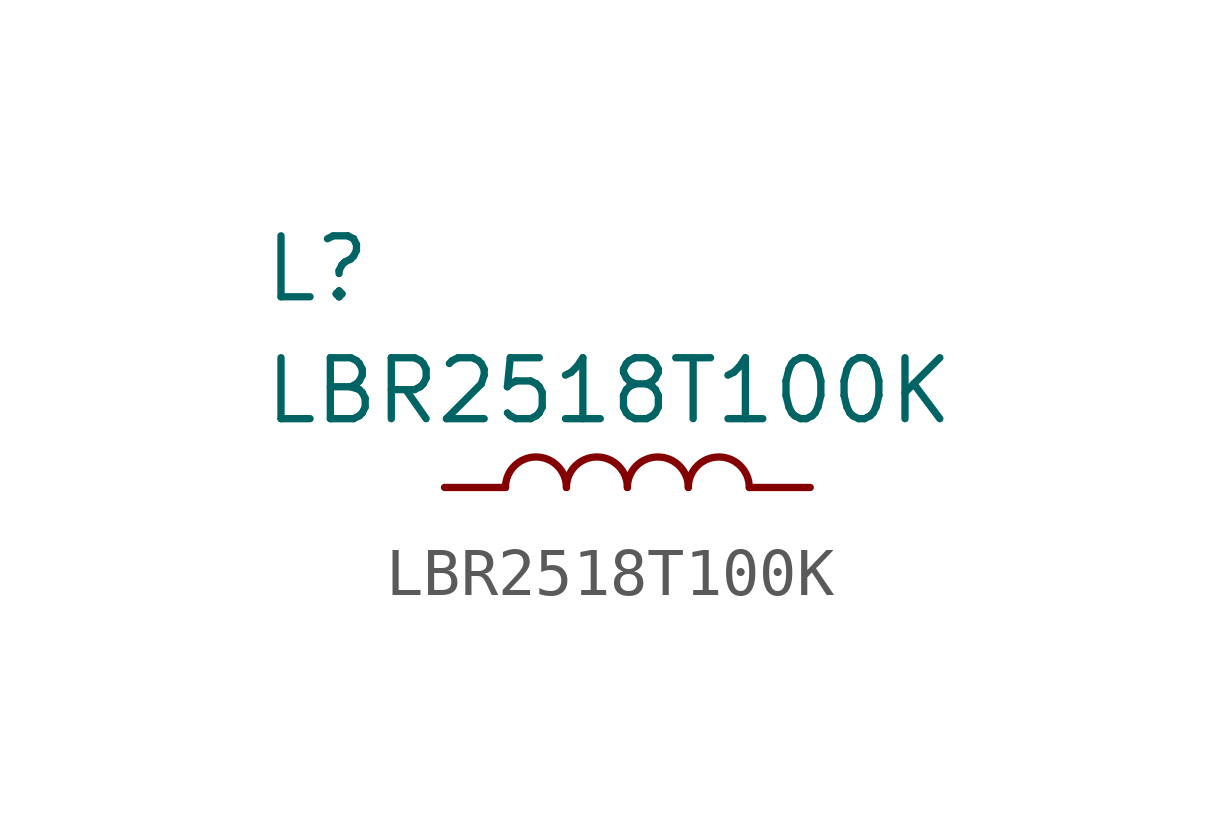
<source format=kicad_sym>
(kicad_symbol_lib
  (version 20211014)
  (generator kicad_symbol_editor)
  (symbol "LBR2518T100K"
    (pin_numbers hide)
    (pin_names
      (offset 1.016) hide)
    (property "Reference" "L"
      (at -7.62 5.08 0)
      (effects (font (size 1.27 1.27)) (justify left bottom)))
    (property "Value" "LBR2518T100K"
      (at -7.62 2.54 0)
      (effects (font (size 1.27 1.27)) (justify left bottom)))
    (symbol "LBR2518T100K_0_1"
      (arc (start -1.27 1.27) (mid -1.905 1.905) (end -2.54 1.27) (stroke (width 0) (type default) (color 0 0 0 0)) (fill (type none)))
      (arc (start 0 1.27) (mid -0.635 1.905) (end -1.27 1.27) (stroke (width 0) (type default) (color 0 0 0 0)) (fill (type none)))
      (arc (start 1.27 1.27) (mid 0.635 1.905) (end 0 1.27) (stroke (width 0) (type default) (color 0 0 0 0)) (fill (type none)))
      (arc (start 2.54 1.27) (mid 1.905 1.905) (end 1.27 1.27) (stroke (width 0) (type default) (color 0 0 0 0)) (fill (type none))))
    (symbol "LBR2518T100K_1_1"
      (pin passive line (at -3.81 1.27 0) (length 1.27) (name "1" (effects (font (size 1.27 1.27)))) (number "1" (effects (font (size 1.27 1.27)))))
      (pin passive line (at 3.81 1.27 180) (length 1.27) (name "2" (effects (font (size 1.27 1.27)))) (number "2" (effects (font (size 1.27 1.27))))))))
</source>
